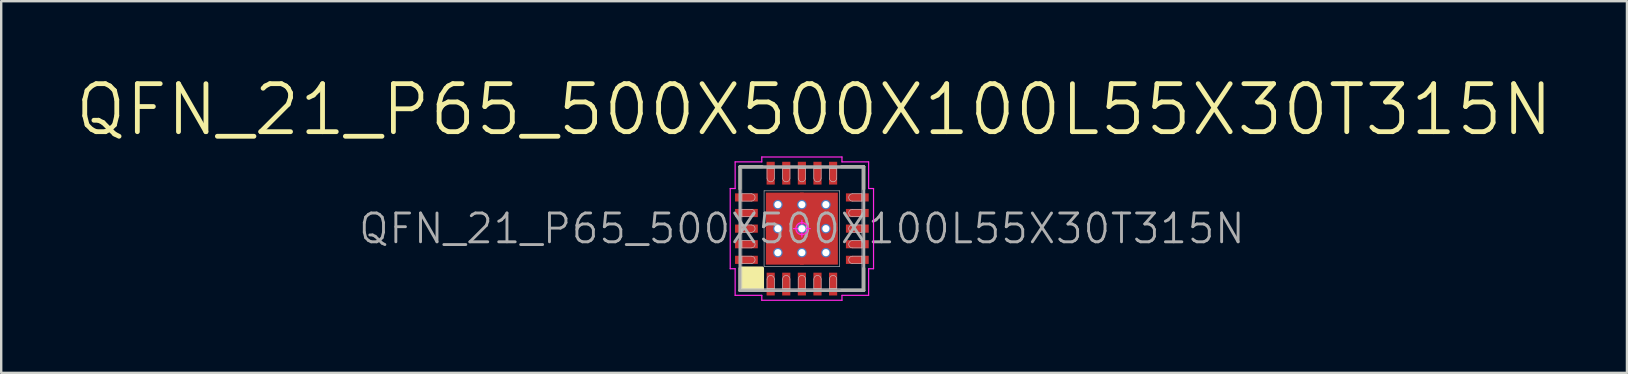
<source format=kicad_pcb>
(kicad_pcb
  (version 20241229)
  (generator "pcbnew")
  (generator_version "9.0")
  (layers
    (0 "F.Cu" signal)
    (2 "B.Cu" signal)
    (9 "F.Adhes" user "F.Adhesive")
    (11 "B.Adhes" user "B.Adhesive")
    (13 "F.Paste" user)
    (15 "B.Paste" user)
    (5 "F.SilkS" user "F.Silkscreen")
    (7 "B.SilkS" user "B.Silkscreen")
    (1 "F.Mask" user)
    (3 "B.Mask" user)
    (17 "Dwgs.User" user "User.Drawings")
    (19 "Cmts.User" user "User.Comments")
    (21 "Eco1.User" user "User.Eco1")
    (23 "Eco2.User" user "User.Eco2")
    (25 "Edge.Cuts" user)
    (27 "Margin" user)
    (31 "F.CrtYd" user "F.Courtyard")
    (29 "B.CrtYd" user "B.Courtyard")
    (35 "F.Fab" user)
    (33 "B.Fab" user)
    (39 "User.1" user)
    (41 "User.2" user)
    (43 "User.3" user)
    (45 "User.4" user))
  (footprint "QFN_21_P65_500X500X100L55X30T315N"
    (layer "F.Cu")
    (at 30.354 6.474)
    (property "Reference" "QFN_21_P65_500X500X100L55X30T315N" (at 0 0 0) (layer "F.Fab") (effects (font (size 1.2 1.2) (thickness 0.12))))
    (attr smd)
    (fp_line (start -2.58 -2.58) (end -2.58 -1.65) (stroke (width 0.12) (type solid)) (layer "F.SilkS"))
    (fp_line (start -2.58 2.58) (end -2.58 1.65) (stroke (width 0.12) (type solid)) (layer "F.SilkS"))
    (fp_line (start -1.65 -2.58) (end -2.58 -2.58) (stroke (width 0.12) (type solid)) (layer "F.SilkS"))
    (fp_line (start -1.65 2.58) (end -2.58 2.58) (stroke (width 0.12) (type solid)) (layer "F.SilkS"))
    (fp_line (start 1.65 -2.58) (end 2.58 -2.58) (stroke (width 0.12) (type solid)) (layer "F.SilkS"))
    (fp_line (start 1.65 2.58) (end 2.58 2.58) (stroke (width 0.12) (type solid)) (layer "F.SilkS"))
    (fp_line (start 2.58 -2.58) (end 2.58 -1.65) (stroke (width 0.12) (type solid)) (layer "F.SilkS"))
    (fp_line (start 2.58 2.58) (end 2.58 1.65) (stroke (width 0.12) (type solid)) (layer "F.SilkS"))
    (fp_poly (pts (xy -2.54 1.651) (xy -1.651 1.651) (xy -1.651 2.54) (xy -2.54 2.54)) (stroke (width 0.15) (type solid)) (fill yes) (layer "F.SilkS"))
    (fp_line (start -2.5 -2.5) (end 2.5 -2.5) (stroke (width 0.025) (type solid)) (layer "Dwgs.User"))
    (fp_line (start -2.5 -1.452) (end -2.5 -1.147) (stroke (width 0.025) (type solid)) (layer "Dwgs.User"))
    (fp_line (start -2.5 -1.147) (end -2.103 -1.147) (stroke (width 0.025) (type solid)) (layer "Dwgs.User"))
    (fp_line (start -2.5 -0.802) (end -2.5 -0.497) (stroke (width 0.025) (type solid)) (layer "Dwgs.User"))
    (fp_line (start -2.5 -0.497) (end -2.103 -0.497) (stroke (width 0.025) (type solid)) (layer "Dwgs.User"))
    (fp_line (start -2.5 -0.152) (end -2.5 0.152) (stroke (width 0.025) (type solid)) (layer "Dwgs.User"))
    (fp_line (start -2.5 0.152) (end -2.103 0.152) (stroke (width 0.025) (type solid)) (layer "Dwgs.User"))
    (fp_line (start -2.5 0.497) (end -2.5 0.802) (stroke (width 0.025) (type solid)) (layer "Dwgs.User"))
    (fp_line (start -2.5 0.802) (end -2.103 0.802) (stroke (width 0.025) (type solid)) (layer "Dwgs.User"))
    (fp_line (start -2.5 1.147) (end -2.5 1.452) (stroke (width 0.025) (type solid)) (layer "Dwgs.User"))
    (fp_line (start -2.5 1.452) (end -2.103 1.452) (stroke (width 0.025) (type solid)) (layer "Dwgs.User"))
    (fp_line (start -2.5 2.5) (end -2.5 -2.5) (stroke (width 0.025) (type solid)) (layer "Dwgs.User"))
    (fp_line (start -2.103 -1.452) (end -2.5 -1.452) (stroke (width 0.025) (type solid)) (layer "Dwgs.User"))
    (fp_line (start -2.103 -0.802) (end -2.5 -0.802) (stroke (width 0.025) (type solid)) (layer "Dwgs.User"))
    (fp_line (start -2.103 -0.152) (end -2.5 -0.152) (stroke (width 0.025) (type solid)) (layer "Dwgs.User"))
    (fp_line (start -2.103 0.497) (end -2.5 0.497) (stroke (width 0.025) (type solid)) (layer "Dwgs.User"))
    (fp_line (start -2.103 1.147) (end -2.5 1.147) (stroke (width 0.025) (type solid)) (layer "Dwgs.User"))
    (fp_line (start -1.575 -1.575) (end 1.575 -1.575) (stroke (width 0.025) (type solid)) (layer "Dwgs.User"))
    (fp_line (start -1.575 1.575) (end -1.575 -1.575) (stroke (width 0.025) (type solid)) (layer "Dwgs.User"))
    (fp_line (start -1.452 -2.5) (end -1.452 -2.103) (stroke (width 0.025) (type solid)) (layer "Dwgs.User"))
    (fp_line (start -1.452 2.103) (end -1.452 2.5) (stroke (width 0.025) (type solid)) (layer "Dwgs.User"))
    (fp_line (start -1.452 2.5) (end -1.147 2.5) (stroke (width 0.025) (type solid)) (layer "Dwgs.User"))
    (fp_line (start -1.147 -2.5) (end -1.452 -2.5) (stroke (width 0.025) (type solid)) (layer "Dwgs.User"))
    (fp_line (start -1.147 -2.103) (end -1.147 -2.5) (stroke (width 0.025) (type solid)) (layer "Dwgs.User"))
    (fp_line (start -1.147 2.5) (end -1.147 2.103) (stroke (width 0.025) (type solid)) (layer "Dwgs.User"))
    (fp_line (start -0.802 -2.5) (end -0.802 -2.103) (stroke (width 0.025) (type solid)) (layer "Dwgs.User"))
    (fp_line (start -0.802 2.103) (end -0.802 2.5) (stroke (width 0.025) (type solid)) (layer "Dwgs.User"))
    (fp_line (start -0.802 2.5) (end -0.497 2.5) (stroke (width 0.025) (type solid)) (layer "Dwgs.User"))
    (fp_line (start -0.497 -2.5) (end -0.802 -2.5) (stroke (width 0.025) (type solid)) (layer "Dwgs.User"))
    (fp_line (start -0.497 -2.103) (end -0.497 -2.5) (stroke (width 0.025) (type solid)) (layer "Dwgs.User"))
    (fp_line (start -0.497 2.5) (end -0.497 2.103) (stroke (width 0.025) (type solid)) (layer "Dwgs.User"))
    (fp_line (start -0.152 -2.5) (end -0.152 -2.103) (stroke (width 0.025) (type solid)) (layer "Dwgs.User"))
    (fp_line (start -0.152 2.103) (end -0.152 2.5) (stroke (width 0.025) (type solid)) (layer "Dwgs.User"))
    (fp_line (start -0.152 2.5) (end 0.152 2.5) (stroke (width 0.025) (type solid)) (layer "Dwgs.User"))
    (fp_line (start 0.152 -2.5) (end -0.152 -2.5) (stroke (width 0.025) (type solid)) (layer "Dwgs.User"))
    (fp_line (start 0.152 -2.103) (end 0.152 -2.5) (stroke (width 0.025) (type solid)) (layer "Dwgs.User"))
    (fp_line (start 0.152 2.5) (end 0.152 2.103) (stroke (width 0.025) (type solid)) (layer "Dwgs.User"))
    (fp_line (start 0.497 -2.5) (end 0.497 -2.103) (stroke (width 0.025) (type solid)) (layer "Dwgs.User"))
    (fp_line (start 0.497 2.103) (end 0.497 2.5) (stroke (width 0.025) (type solid)) (layer "Dwgs.User"))
    (fp_line (start 0.497 2.5) (end 0.802 2.5) (stroke (width 0.025) (type solid)) (layer "Dwgs.User"))
    (fp_line (start 0.802 -2.5) (end 0.497 -2.5) (stroke (width 0.025) (type solid)) (layer "Dwgs.User"))
    (fp_line (start 0.802 -2.103) (end 0.802 -2.5) (stroke (width 0.025) (type solid)) (layer "Dwgs.User"))
    (fp_line (start 0.802 2.5) (end 0.802 2.103) (stroke (width 0.025) (type solid)) (layer "Dwgs.User"))
    (fp_line (start 1.147 -2.5) (end 1.147 -2.103) (stroke (width 0.025) (type solid)) (layer "Dwgs.User"))
    (fp_line (start 1.147 2.103) (end 1.147 2.5) (stroke (width 0.025) (type solid)) (layer "Dwgs.User"))
    (fp_line (start 1.147 2.5) (end 1.452 2.5) (stroke (width 0.025) (type solid)) (layer "Dwgs.User"))
    (fp_line (start 1.452 -2.5) (end 1.147 -2.5) (stroke (width 0.025) (type solid)) (layer "Dwgs.User"))
    (fp_line (start 1.452 -2.103) (end 1.452 -2.5) (stroke (width 0.025) (type solid)) (layer "Dwgs.User"))
    (fp_line (start 1.452 2.5) (end 1.452 2.103) (stroke (width 0.025) (type solid)) (layer "Dwgs.User"))
    (fp_line (start 1.575 -1.575) (end 1.575 1.575) (stroke (width 0.025) (type solid)) (layer "Dwgs.User"))
    (fp_line (start 1.575 1.575) (end -1.575 1.575) (stroke (width 0.025) (type solid)) (layer "Dwgs.User"))
    (fp_line (start 2.103 -1.147) (end 2.5 -1.147) (stroke (width 0.025) (type solid)) (layer "Dwgs.User"))
    (fp_line (start 2.103 -0.497) (end 2.5 -0.497) (stroke (width 0.025) (type solid)) (layer "Dwgs.User"))
    (fp_line (start 2.103 0.152) (end 2.5 0.152) (stroke (width 0.025) (type solid)) (layer "Dwgs.User"))
    (fp_line (start 2.103 0.802) (end 2.5 0.802) (stroke (width 0.025) (type solid)) (layer "Dwgs.User"))
    (fp_line (start 2.103 1.452) (end 2.5 1.452) (stroke (width 0.025) (type solid)) (layer "Dwgs.User"))
    (fp_line (start 2.5 -2.5) (end 2.5 2.5) (stroke (width 0.025) (type solid)) (layer "Dwgs.User"))
    (fp_line (start 2.5 -1.452) (end 2.103 -1.452) (stroke (width 0.025) (type solid)) (layer "Dwgs.User"))
    (fp_line (start 2.5 -1.147) (end 2.5 -1.452) (stroke (width 0.025) (type solid)) (layer "Dwgs.User"))
    (fp_line (start 2.5 -0.802) (end 2.103 -0.802) (stroke (width 0.025) (type solid)) (layer "Dwgs.User"))
    (fp_line (start 2.5 -0.497) (end 2.5 -0.802) (stroke (width 0.025) (type solid)) (layer "Dwgs.User"))
    (fp_line (start 2.5 -0.152) (end 2.103 -0.152) (stroke (width 0.025) (type solid)) (layer "Dwgs.User"))
    (fp_line (start 2.5 0.152) (end 2.5 -0.152) (stroke (width 0.025) (type solid)) (layer "Dwgs.User"))
    (fp_line (start 2.5 0.497) (end 2.103 0.497) (stroke (width 0.025) (type solid)) (layer "Dwgs.User"))
    (fp_line (start 2.5 0.802) (end 2.5 0.497) (stroke (width 0.025) (type solid)) (layer "Dwgs.User"))
    (fp_line (start 2.5 1.147) (end 2.103 1.147) (stroke (width 0.025) (type solid)) (layer "Dwgs.User"))
    (fp_line (start 2.5 1.452) (end 2.5 1.147) (stroke (width 0.025) (type solid)) (layer "Dwgs.User"))
    (fp_line (start 2.5 2.5) (end -2.5 2.5) (stroke (width 0.025) (type solid)) (layer "Dwgs.User"))
    (fp_arc (start -2.1025 -1.4525) (mid -1.95 -1.3) (end -2.1025 -1.1475) (stroke (width 0.025) (type solid)) (layer "Dwgs.User"))
    (fp_arc (start -2.1025 -0.8025) (mid -1.95 -0.65) (end -2.1025 -0.4975) (stroke (width 0.025) (type solid)) (layer "Dwgs.User"))
    (fp_arc (start -2.1025 -0.1525) (mid -1.95 0) (end -2.1025 0.1525) (stroke (width 0.025) (type solid)) (layer "Dwgs.User"))
    (fp_arc (start -2.1025 0.4975) (mid -1.95 0.65) (end -2.1025 0.8025) (stroke (width 0.025) (type solid)) (layer "Dwgs.User"))
    (fp_arc (start -2.1025 1.1475) (mid -1.95 1.3) (end -2.1025 1.4525) (stroke (width 0.025) (type solid)) (layer "Dwgs.User"))
    (fp_arc (start -1.4525 2.1025) (mid -1.3 1.95) (end -1.1475 2.1025) (stroke (width 0.025) (type solid)) (layer "Dwgs.User"))
    (fp_arc (start -1.1475 -2.1025) (mid -1.3 -1.95) (end -1.4525 -2.1025) (stroke (width 0.025) (type solid)) (layer "Dwgs.User"))
    (fp_arc (start -0.8025 2.1025) (mid -0.65 1.95) (end -0.4975 2.1025) (stroke (width 0.025) (type solid)) (layer "Dwgs.User"))
    (fp_arc (start -0.4975 -2.1025) (mid -0.65 -1.95) (end -0.8025 -2.1025) (stroke (width 0.025) (type solid)) (layer "Dwgs.User"))
    (fp_arc (start -0.1525 2.1025) (mid 0 1.95) (end 0.1525 2.1025) (stroke (width 0.025) (type solid)) (layer "Dwgs.User"))
    (fp_arc (start 0.1525 -2.1025) (mid 0 -1.95) (end -0.1525 -2.1025) (stroke (width 0.025) (type solid)) (layer "Dwgs.User"))
    (fp_arc (start 0.4975 2.1025) (mid 0.65 1.95) (end 0.8025 2.1025) (stroke (width 0.025) (type solid)) (layer "Dwgs.User"))
    (fp_arc (start 0.8025 -2.1025) (mid 0.65 -1.95) (end 0.4975 -2.1025) (stroke (width 0.025) (type solid)) (layer "Dwgs.User"))
    (fp_arc (start 1.1475 2.1025) (mid 1.3 1.95) (end 1.4525 2.1025) (stroke (width 0.025) (type solid)) (layer "Dwgs.User"))
    (fp_arc (start 1.4525 -2.1025) (mid 1.3 -1.95) (end 1.1475 -2.1025) (stroke (width 0.025) (type solid)) (layer "Dwgs.User"))
    (fp_arc (start 2.1025 -1.1475) (mid 1.95 -1.3) (end 2.1025 -1.4525) (stroke (width 0.025) (type solid)) (layer "Dwgs.User"))
    (fp_arc (start 2.1025 -0.4975) (mid 1.95 -0.65) (end 2.1025 -0.8025) (stroke (width 0.025) (type solid)) (layer "Dwgs.User"))
    (fp_arc (start 2.1025 0.1525) (mid 1.95 0) (end 2.1025 -0.1525) (stroke (width 0.025) (type solid)) (layer "Dwgs.User"))
    (fp_arc (start 2.1025 0.8025) (mid 1.95 0.65) (end 2.1025 0.4975) (stroke (width 0.025) (type solid)) (layer "Dwgs.User"))
    (fp_arc (start 2.1025 1.4525) (mid 1.95 1.3) (end 2.1025 1.1475) (stroke (width 0.025) (type solid)) (layer "Dwgs.User"))
    (fp_line (start -2.985 -1.67) (end -2.985 1.67) (stroke (width 0.05) (type solid)) (layer "F.CrtYd"))
    (fp_line (start -2.985 1.67) (end -2.78 1.67) (stroke (width 0.05) (type solid)) (layer "F.CrtYd"))
    (fp_line (start -2.78 -2.78) (end -2.78 -1.67) (stroke (width 0.05) (type solid)) (layer "F.CrtYd"))
    (fp_line (start -2.78 -1.67) (end -2.985 -1.67) (stroke (width 0.05) (type solid)) (layer "F.CrtYd"))
    (fp_line (start -2.78 1.67) (end -2.78 2.78) (stroke (width 0.05) (type solid)) (layer "F.CrtYd"))
    (fp_line (start -2.78 2.78) (end -1.67 2.78) (stroke (width 0.05) (type solid)) (layer "F.CrtYd"))
    (fp_line (start -1.67 -2.985) (end -1.67 -2.78) (stroke (width 0.05) (type solid)) (layer "F.CrtYd"))
    (fp_line (start -1.67 -2.78) (end -2.78 -2.78) (stroke (width 0.05) (type solid)) (layer "F.CrtYd"))
    (fp_line (start -1.67 2.78) (end -1.67 2.985) (stroke (width 0.05) (type solid)) (layer "F.CrtYd"))
    (fp_line (start -1.67 2.985) (end 1.67 2.985) (stroke (width 0.05) (type solid)) (layer "F.CrtYd"))
    (fp_line (start -0.35 0) (end 0.35 0) (stroke (width 0.05) (type solid)) (layer "F.CrtYd"))
    (fp_line (start 0 -0.35) (end 0 0.35) (stroke (width 0.05) (type solid)) (layer "F.CrtYd"))
    (fp_line (start 1.67 -2.985) (end -1.67 -2.985) (stroke (width 0.05) (type solid)) (layer "F.CrtYd"))
    (fp_line (start 1.67 -2.78) (end 1.67 -2.985) (stroke (width 0.05) (type solid)) (layer "F.CrtYd"))
    (fp_line (start 1.67 2.78) (end 2.78 2.78) (stroke (width 0.05) (type solid)) (layer "F.CrtYd"))
    (fp_line (start 1.67 2.985) (end 1.67 2.78) (stroke (width 0.05) (type solid)) (layer "F.CrtYd"))
    (fp_line (start 2.78 -2.78) (end 1.67 -2.78) (stroke (width 0.05) (type solid)) (layer "F.CrtYd"))
    (fp_line (start 2.78 -1.67) (end 2.78 -2.78) (stroke (width 0.05) (type solid)) (layer "F.CrtYd"))
    (fp_line (start 2.78 1.67) (end 2.985 1.67) (stroke (width 0.05) (type solid)) (layer "F.CrtYd"))
    (fp_line (start 2.78 2.78) (end 2.78 1.67) (stroke (width 0.05) (type solid)) (layer "F.CrtYd"))
    (fp_line (start 2.985 -1.67) (end 2.78 -1.67) (stroke (width 0.05) (type solid)) (layer "F.CrtYd"))
    (fp_line (start 2.985 1.67) (end 2.985 -1.67) (stroke (width 0.05) (type solid)) (layer "F.CrtYd"))
    (fp_circle (center 0 0) (end 0 0.25) (stroke (width 0.05) (type solid)) (fill no) (layer "F.CrtYd"))
    (fp_line (start -2.58 -2.58) (end 2.58 -2.58) (stroke (width 0.12) (type solid)) (layer "F.Fab"))
    (fp_line (start -2.58 2.58) (end -2.58 -2.58) (stroke (width 0.12) (type solid)) (layer "F.Fab"))
    (fp_line (start 2.58 -2.58) (end 2.58 2.58) (stroke (width 0.12) (type solid)) (layer "F.Fab"))
    (fp_line (start 2.58 2.58) (end -2.58 2.58) (stroke (width 0.12) (type solid)) (layer "F.Fab"))
    (fp_text user "${REFERENCE}" (at 0.508 -4.953 0) (layer "F.SilkS") (effects (font (size 2 2) (thickness 0.2))))
    (pad "" smd rect (at -0.71 -0.71 90) (size 1.11 1.11) (layers "F.Paste"))
    (pad "" smd rect (at -0.71 0.71 90) (size 1.11 1.11) (layers "F.Paste"))
    (pad "" smd rect (at 0.71 -0.71 90) (size 1.11 1.11) (layers "F.Paste"))
    (pad "" smd rect (at 0.71 0.71 90) (size 1.11 1.11) (layers "F.Paste"))
    (pad "1" smd rect (at -1.3 2.31 90) (size 0.95 0.34) (layers "F.Cu" "F.Mask" "F.Paste"))
    (pad "2" smd rect (at -0.65 2.31 90) (size 0.95 0.34) (layers "F.Cu" "F.Mask" "F.Paste"))
    (pad "3" smd rect (at 0 2.31 90) (size 0.95 0.34) (layers "F.Cu" "F.Mask" "F.Paste"))
    (pad "4" smd rect (at 0.65 2.31 90) (size 0.95 0.34) (layers "F.Cu" "F.Mask" "F.Paste"))
    (pad "5" smd rect (at 1.3 2.31 90) (size 0.95 0.34) (layers "F.Cu" "F.Mask" "F.Paste"))
    (pad "6" smd rect (at 2.31 1.3) (size 0.95 0.34) (layers "F.Cu" "F.Mask" "F.Paste"))
    (pad "7" smd rect (at 2.31 0.65) (size 0.95 0.34) (layers "F.Cu" "F.Mask" "F.Paste"))
    (pad "8" smd rect (at 2.31 0) (size 0.95 0.34) (layers "F.Cu" "F.Mask" "F.Paste"))
    (pad "9" smd rect (at 2.31 -0.65) (size 0.95 0.34) (layers "F.Cu" "F.Mask" "F.Paste"))
    (pad "10" smd rect (at 2.31 -1.3) (size 0.95 0.34) (layers "F.Cu" "F.Mask" "F.Paste"))
    (pad "11" smd rect (at 1.3 -2.31 90) (size 0.95 0.34) (layers "F.Cu" "F.Mask" "F.Paste"))
    (pad "12" smd rect (at 0.65 -2.31 90) (size 0.95 0.34) (layers "F.Cu" "F.Mask" "F.Paste"))
    (pad "13" smd rect (at 0 -2.31 90) (size 0.95 0.34) (layers "F.Cu" "F.Mask" "F.Paste"))
    (pad "14" smd rect (at -0.65 -2.31 90) (size 0.95 0.34) (layers "F.Cu" "F.Mask" "F.Paste"))
    (pad "15" smd rect (at -1.3 -2.31 90) (size 0.95 0.34) (layers "F.Cu" "F.Mask" "F.Paste"))
    (pad "16" smd rect (at -2.31 -1.3) (size 0.95 0.34) (layers "F.Cu" "F.Mask" "F.Paste"))
    (pad "17" smd rect (at -2.31 -0.65) (size 0.95 0.34) (layers "F.Cu" "F.Mask" "F.Paste"))
    (pad "18" smd rect (at -2.31 0) (size 0.95 0.34) (layers "F.Cu" "F.Mask" "F.Paste"))
    (pad "19" smd rect (at -2.31 0.65) (size 0.95 0.34) (layers "F.Cu" "F.Mask" "F.Paste"))
    (pad "20" smd rect (at -2.31 1.3) (size 0.95 0.34) (layers "F.Cu" "F.Mask" "F.Paste"))
    (pad "21" thru_hole circle (at -1 -1) (size 0.4 0.4) (drill 0.3) (layers "*.Cu" "*.Mask"))
    (pad "21" thru_hole circle (at -1 0) (size 0.4 0.4) (drill 0.3) (layers "*.Cu" "*.Mask"))
    (pad "21" thru_hole circle (at -1 1) (size 0.4 0.4) (drill 0.3) (layers "*.Cu" "*.Mask"))
    (pad "21" smd rect (at -0.71 -0.71) (size 1.58 1.58) (layers "F.Cu" "F.Mask" "F.Paste"))
    (pad "21" smd rect (at -0.71 0.71) (size 1.58 1.58) (layers "F.Cu" "F.Mask" "F.Paste"))
    (pad "21" thru_hole circle (at 0 -1) (size 0.4 0.4) (drill 0.3) (layers "*.Cu" "*.Mask"))
    (pad "21" thru_hole circle (at 0 0) (size 0.4 0.4) (drill 0.3) (layers "*.Cu" "*.Mask"))
    (pad "21" thru_hole circle (at 0 1) (size 0.4 0.4) (drill 0.3) (layers "*.Cu" "*.Mask"))
    (pad "21" smd rect (at 0.71 -0.71) (size 1.58 1.58) (layers "F.Cu" "F.Mask" "F.Paste"))
    (pad "21" smd rect (at 0.71 0.71) (size 1.58 1.58) (layers "F.Cu" "F.Mask" "F.Paste"))
    (pad "21" thru_hole circle (at 1 -1) (size 0.4 0.4) (drill 0.3) (layers "*.Cu" "*.Mask"))
    (pad "21" thru_hole circle (at 1 0) (size 0.4 0.4) (drill 0.3) (layers "*.Cu" "*.Mask"))
    (pad "21" thru_hole circle (at 1 1) (size 0.4 0.4) (drill 0.3) (layers "*.Cu" "*.Mask")))
  (gr_rect
    (start -3 -3)
    (end 64.724 12.484)
    (stroke (width 0.1) (type default))
    (fill no)
    (layer "Edge.Cuts")))
</source>
